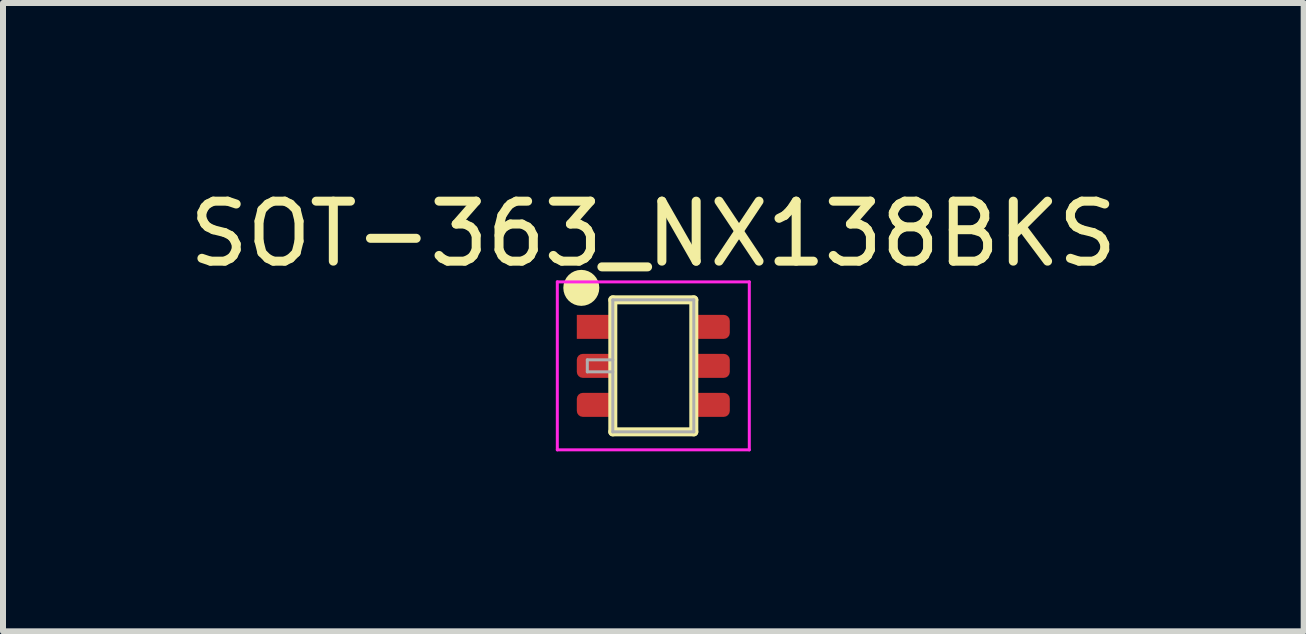
<source format=kicad_pcb>
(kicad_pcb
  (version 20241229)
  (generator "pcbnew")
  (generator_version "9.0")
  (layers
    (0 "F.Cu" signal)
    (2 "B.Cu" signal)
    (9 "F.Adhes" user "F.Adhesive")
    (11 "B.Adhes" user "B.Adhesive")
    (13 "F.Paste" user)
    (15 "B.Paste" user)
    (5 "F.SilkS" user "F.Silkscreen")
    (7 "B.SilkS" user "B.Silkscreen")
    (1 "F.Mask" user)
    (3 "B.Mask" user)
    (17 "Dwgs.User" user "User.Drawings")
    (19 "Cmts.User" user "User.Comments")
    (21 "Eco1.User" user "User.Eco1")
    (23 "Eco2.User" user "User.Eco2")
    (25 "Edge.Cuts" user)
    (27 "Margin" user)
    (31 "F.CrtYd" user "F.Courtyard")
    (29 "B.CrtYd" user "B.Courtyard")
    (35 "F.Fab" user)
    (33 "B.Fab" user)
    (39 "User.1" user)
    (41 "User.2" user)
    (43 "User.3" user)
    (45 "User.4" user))
  (footprint "SOT-363_NX138BKS"
    (layer "F.Cu")
    (at 7.839 3.048)
    (property "Reference" "SOT-363_NX138BKS" (at 0 -2.2 0) (layer "F.SilkS") (effects (font (size 1 1) (thickness 0.15))))
    (attr smd)
    (fp_line (start -0.675 -1.1) (end -0.675 1.1) (stroke (width 0.15) (type solid)) (layer "F.SilkS"))
    (fp_line (start 0.675 -1.1) (end -0.675 -1.1) (stroke (width 0.15) (type solid)) (layer "F.SilkS"))
    (fp_line (start 0.675 -1.1) (end 0.675 1.1) (stroke (width 0.15) (type solid)) (layer "F.SilkS"))
    (fp_line (start 0.675 1.1) (end -0.675 1.1) (stroke (width 0.15) (type solid)) (layer "F.SilkS"))
    (fp_circle (center -1.2 -1.3) (end -1.05 -1.3) (stroke (width 0.3) (type solid)) (fill no) (layer "F.SilkS"))
    (fp_line (start -0.65 -0.65) (end -0.45 -0.65) (stroke (width 0.05) (type solid)) (layer "Eco1.User"))
    (fp_line (start -0.25 -0.45) (end -0.15 -0.45) (stroke (width 0.05) (type solid)) (layer "Eco1.User"))
    (fp_line (start -0.25 -0.35) (end 0.25 -0.35) (stroke (width 0.05) (type solid)) (layer "Eco1.User"))
    (fp_line (start -0.25 0.35) (end 0.25 0.35) (stroke (width 0.05) (type solid)) (layer "Eco1.User"))
    (fp_line (start -0.25 0.45) (end -0.15 0.45) (stroke (width 0.05) (type solid)) (layer "Eco1.User"))
    (fp_line (start -0.2 -0.65) (end -0.45 -0.65) (stroke (width 0.05) (type solid)) (layer "Eco1.User"))
    (fp_line (start -0.2 -0.55) (end -0.25 -0.45) (stroke (width 0.05) (type solid)) (layer "Eco1.User"))
    (fp_line (start -0.2 -0.35) (end -0.2 -0.65) (stroke (width 0.05) (type solid)) (layer "Eco1.User"))
    (fp_line (start -0.2 0.35) (end -0.2 0.65) (stroke (width 0.05) (type solid)) (layer "Eco1.User"))
    (fp_line (start -0.2 0.55) (end -0.25 0.45) (stroke (width 0.05) (type solid)) (layer "Eco1.User"))
    (fp_line (start -0.2 0.65) (end -0.65 0.65) (stroke (width 0.05) (type solid)) (layer "Eco1.User"))
    (fp_line (start -0.15 -0.45) (end -0.2 -0.55) (stroke (width 0.05) (type solid)) (layer "Eco1.User"))
    (fp_line (start -0.15 0.45) (end -0.2 0.55) (stroke (width 0.05) (type solid)) (layer "Eco1.User"))
    (fp_line (start -0.1 -0.25) (end 0.1 -0.25) (stroke (width 0.05) (type solid)) (layer "Eco1.User"))
    (fp_line (start -0.1 -0.1) (end -0.1 0) (stroke (width 0.05) (type solid)) (layer "Eco1.User"))
    (fp_line (start -0.1 0) (end -0.65 0) (stroke (width 0.05) (type solid)) (layer "Eco1.User"))
    (fp_line (start 0 -0.25) (end 0 -0.1) (stroke (width 0.05) (type solid)) (layer "Eco1.User"))
    (fp_line (start 0 -0.1) (end -0.1 -0.1) (stroke (width 0.05) (type solid)) (layer "Eco1.User"))
    (fp_line (start 0 0.1) (end 0.1 0.1) (stroke (width 0.05) (type solid)) (layer "Eco1.User"))
    (fp_line (start 0 0.35) (end 0 0.1) (stroke (width 0.05) (type solid)) (layer "Eco1.User"))
    (fp_line (start 0.1 0) (end 0.65 0) (stroke (width 0.05) (type solid)) (layer "Eco1.User"))
    (fp_line (start 0.1 0.1) (end 0.1 0) (stroke (width 0.05) (type solid)) (layer "Eco1.User"))
    (fp_line (start 0.2 -0.65) (end 0.65 -0.65) (stroke (width 0.05) (type solid)) (layer "Eco1.User"))
    (fp_line (start 0.2 -0.35) (end 0.2 -0.65) (stroke (width 0.05) (type solid)) (layer "Eco1.User"))
    (fp_line (start 0.2 0.35) (end 0.2 0.65) (stroke (width 0.05) (type solid)) (layer "Eco1.User"))
    (fp_line (start 0.2 0.65) (end 0.65 0.65) (stroke (width 0.05) (type solid)) (layer "Eco1.User"))
    (fp_line (start -1.6 -1.4) (end -1.6 1.4) (stroke (width 0.05) (type solid)) (layer "F.CrtYd"))
    (fp_line (start -1.6 -1.4) (end 1.6 -1.4) (stroke (width 0.05) (type solid)) (layer "F.CrtYd"))
    (fp_line (start -1.6 1.4) (end 1.6 1.4) (stroke (width 0.05) (type solid)) (layer "F.CrtYd"))
    (fp_line (start 1.6 1.4) (end 1.6 -1.4) (stroke (width 0.05) (type solid)) (layer "F.CrtYd"))
    (fp_line (start -1.1 -0.1) (end -1.1 0.1) (stroke (width 0.05) (type solid)) (layer "F.Fab"))
    (fp_line (start -1.1 0.1) (end -0.675 0.1) (stroke (width 0.05) (type solid)) (layer "F.Fab"))
    (fp_line (start -0.675 -1.1) (end -0.675 1.1) (stroke (width 0.05) (type solid)) (layer "F.Fab"))
    (fp_line (start -0.675 -0.1) (end -1.1 -0.1) (stroke (width 0.05) (type solid)) (layer "F.Fab"))
    (fp_line (start 0.675 -1.1) (end -0.675 -1.1) (stroke (width 0.05) (type solid)) (layer "F.Fab"))
    (fp_line (start 0.675 -1.1) (end 0.675 1.1) (stroke (width 0.05) (type solid)) (layer "F.Fab"))
    (fp_line (start 0.675 1.1) (end -0.675 1.1) (stroke (width 0.05) (type solid)) (layer "F.Fab"))
    (fp_text user "S2" (at 0.4 0.9 0) (layer "Eco1.User") (effects (font (size 0.25 0.25) (thickness 0.062))))
    (fp_text user "S1" (at -0.4 -0.85 0) (layer "Eco1.User") (effects (font (size 0.25 0.25) (thickness 0.062))))
    (pad "D1" smd roundrect (at 0.95 -0.65) (size 0.65 0.4) (layers "F.Cu" "F.Mask" "F.Paste") (roundrect_rratio 0.25))
    (pad "D2" smd roundrect (at -0.95 0.65) (size 0.65 0.4) (layers "F.Cu" "F.Mask" "F.Paste") (roundrect_rratio 0.25))
    (pad "G1" smd roundrect (at -0.95 0) (size 0.65 0.4) (layers "F.Cu" "F.Mask" "F.Paste") (roundrect_rratio 0.25))
    (pad "G2" smd roundrect (at 0.95 0) (size 0.65 0.4) (layers "F.Cu" "F.Mask" "F.Paste") (roundrect_rratio 0.25))
    (pad "S1" smd rect (at -0.95 -0.65) (size 0.65 0.4) (layers "F.Cu" "F.Mask" "F.Paste"))
    (pad "S2" smd roundrect (at 0.95 0.65) (size 0.65 0.4) (layers "F.Cu" "F.Mask" "F.Paste") (roundrect_rratio 0.25)))
  (gr_rect
    (start -3 -3)
    (end 18.679 7.473)
    (stroke (width 0.1) (type default))
    (fill no)
    (layer "Edge.Cuts")))
</source>
